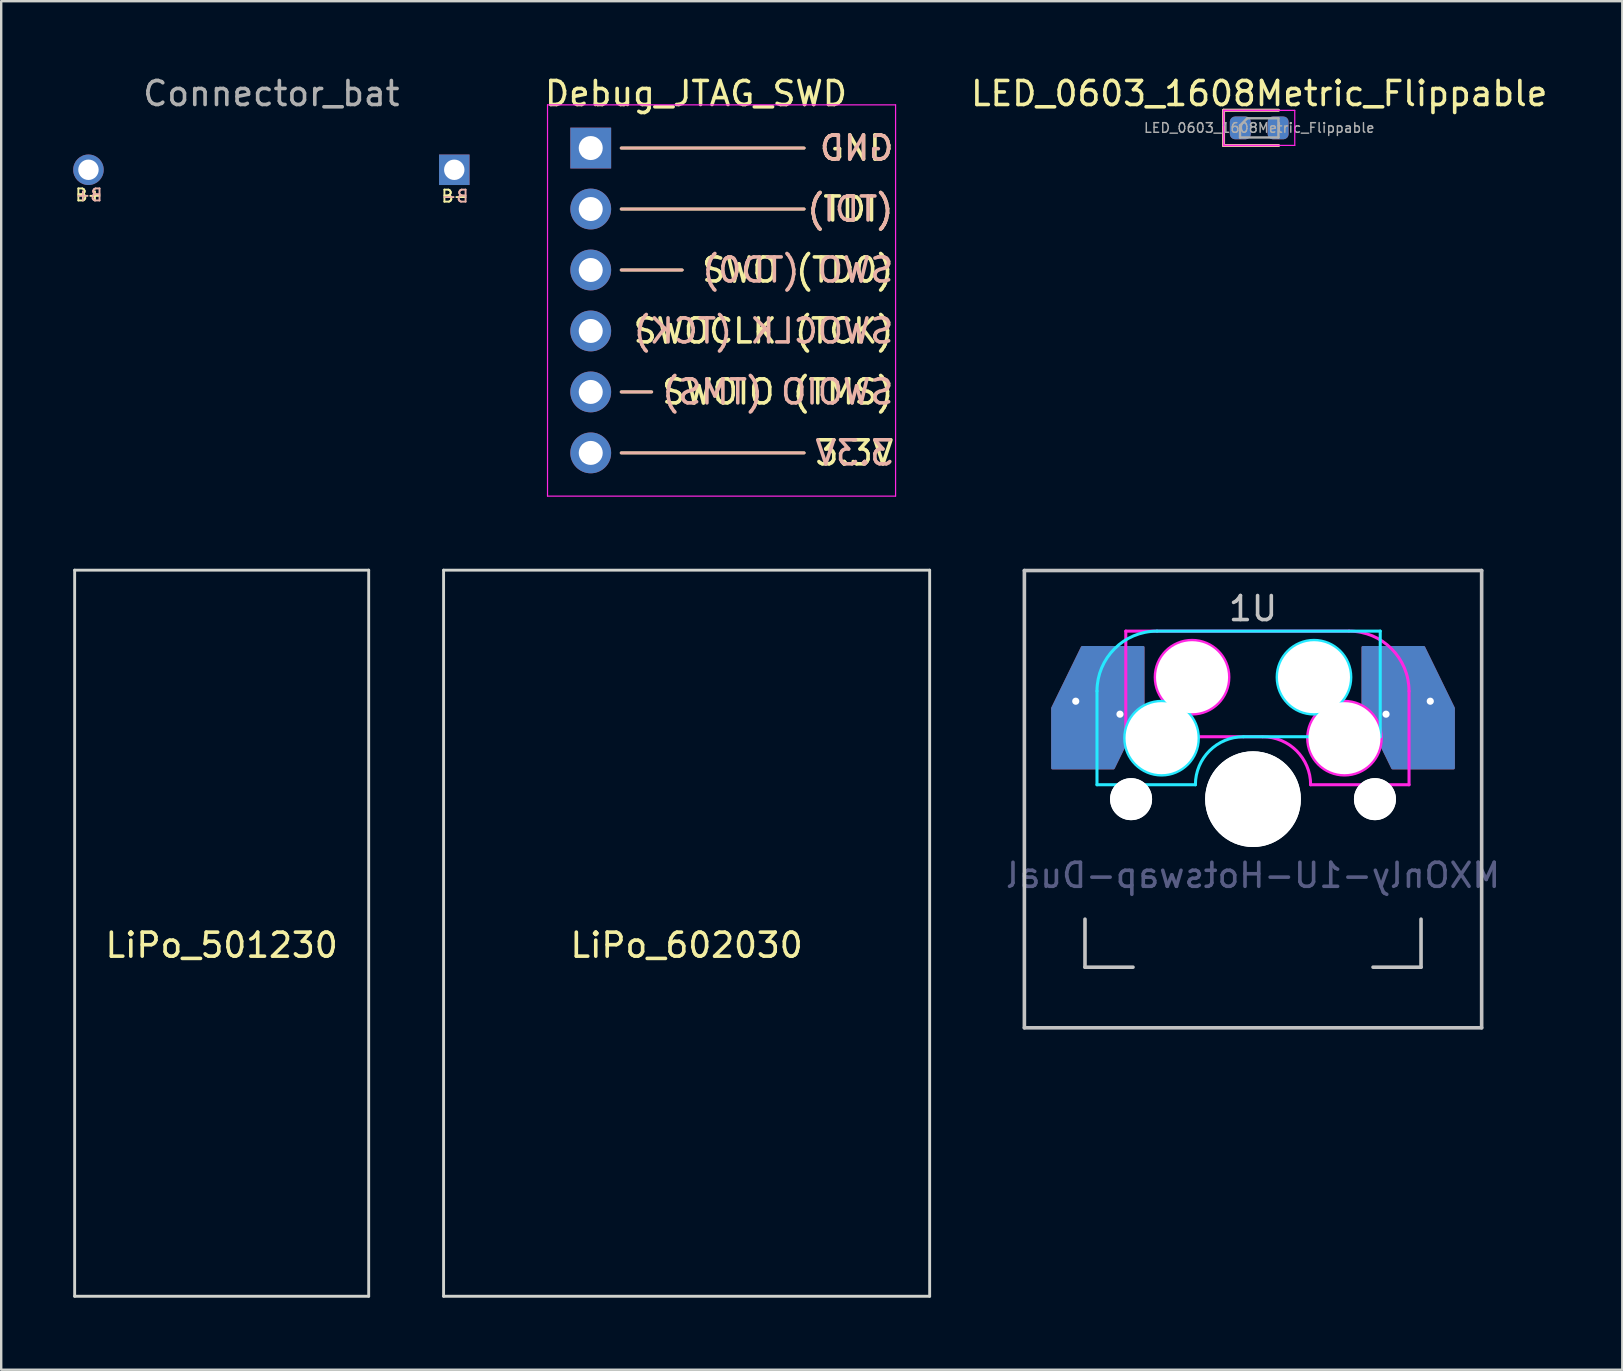
<source format=kicad_pcb>
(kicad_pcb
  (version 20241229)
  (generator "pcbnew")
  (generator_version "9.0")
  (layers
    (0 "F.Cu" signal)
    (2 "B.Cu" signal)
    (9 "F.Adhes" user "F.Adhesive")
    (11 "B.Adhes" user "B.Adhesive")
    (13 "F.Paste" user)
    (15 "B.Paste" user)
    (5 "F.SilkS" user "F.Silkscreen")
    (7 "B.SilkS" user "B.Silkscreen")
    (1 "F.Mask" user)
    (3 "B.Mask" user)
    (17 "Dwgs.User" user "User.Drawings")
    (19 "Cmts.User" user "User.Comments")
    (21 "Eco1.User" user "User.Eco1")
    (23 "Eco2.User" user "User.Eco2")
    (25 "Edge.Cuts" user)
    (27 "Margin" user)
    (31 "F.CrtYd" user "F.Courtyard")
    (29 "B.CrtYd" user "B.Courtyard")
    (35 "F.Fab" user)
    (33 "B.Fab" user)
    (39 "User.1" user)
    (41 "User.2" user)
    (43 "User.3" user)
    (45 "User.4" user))
  (footprint "LiPo_602030"
    (layer "F.Cu")
    (at 25.555 35.828)
    (property "Reference" "LiPo_602030" (at 0 0.5 0) (layer "F.SilkS") (effects (font (size 1 1) (thickness 0.15))))
    (attr through_hole)
    (fp_line (start -10.125 -15.125) (end -10.125 15.125) (stroke (width 0.12) (type solid)) (layer "Edge.Cuts"))
    (fp_line (start -10.125 15.125) (end 10.125 15.125) (stroke (width 0.12) (type solid)) (layer "Edge.Cuts"))
    (fp_line (start 10.125 -15.125) (end -10.125 -15.125) (stroke (width 0.12) (type solid)) (layer "Edge.Cuts"))
    (fp_line (start 10.125 15.125) (end 10.125 -15.125) (stroke (width 0.12) (type solid)) (layer "Edge.Cuts")))
  (footprint "LED_0603_1608Metric_Flippable"
    (layer "F.Cu")
    (at 49.41 2.278)
    (property "Reference" "LED_0603_1608Metric_Flippable" (at 0 -1.43 0) (layer "F.SilkS") (effects (font (size 1 1) (thickness 0.15))))
    (attr smd)
    (fp_line (start -1.485 -0.735) (end -1.485 0.735) (stroke (width 0.12) (type solid)) (layer "F.SilkS"))
    (fp_line (start -1.485 0.735) (end 0.8 0.735) (stroke (width 0.12) (type solid)) (layer "F.SilkS"))
    (fp_line (start 0.8 -0.735) (end -1.485 -0.735) (stroke (width 0.12) (type solid)) (layer "F.SilkS"))
    (fp_line (start -1.485 -0.735) (end 0.8 -0.735) (stroke (width 0.12) (type solid)) (layer "B.SilkS"))
    (fp_line (start -1.485 0.735) (end -1.485 -0.735) (stroke (width 0.12) (type solid)) (layer "B.SilkS"))
    (fp_line (start 0.8 0.735) (end -1.485 0.735) (stroke (width 0.12) (type solid)) (layer "B.SilkS"))
    (fp_line (start -1.48 -0.73) (end 1.48 -0.73) (stroke (width 0.05) (type solid)) (layer "F.CrtYd"))
    (fp_line (start -1.48 0.73) (end -1.48 -0.73) (stroke (width 0.05) (type solid)) (layer "F.CrtYd"))
    (fp_line (start 1.48 -0.73) (end 1.48 0.73) (stroke (width 0.05) (type solid)) (layer "F.CrtYd"))
    (fp_line (start 1.48 0.73) (end -1.48 0.73) (stroke (width 0.05) (type solid)) (layer "F.CrtYd"))
    (fp_line (start -0.8 -0.1) (end -0.8 0.4) (stroke (width 0.1) (type solid)) (layer "F.Fab"))
    (fp_line (start -0.8 0.4) (end 0.8 0.4) (stroke (width 0.1) (type solid)) (layer "F.Fab"))
    (fp_line (start -0.5 -0.4) (end -0.8 -0.1) (stroke (width 0.1) (type solid)) (layer "F.Fab"))
    (fp_line (start 0.8 -0.4) (end -0.5 -0.4) (stroke (width 0.1) (type solid)) (layer "F.Fab"))
    (fp_line (start 0.8 0.4) (end 0.8 -0.4) (stroke (width 0.1) (type solid)) (layer "F.Fab"))
    (fp_text user "${REFERENCE}" (at 0 0 0) (layer "F.Fab") (effects (font (size 0.4 0.4) (thickness 0.06))))
    (pad "1" smd roundrect (at -0.787 0) (size 0.875 0.95) (layers "F.Cu" "F.Mask" "F.Paste") (roundrect_rratio 0.25))
    (pad "1" smd roundrect (at -0.787 0) (size 0.875 0.95) (layers "B.Cu" "B.Mask" "B.Paste") (roundrect_rratio 0.25))
    (pad "2" smd roundrect (at 0.787 0) (size 0.875 0.95) (layers "F.Cu" "F.Mask" "F.Paste") (roundrect_rratio 0.25))
    (pad "2" smd roundrect (at 0.787 0) (size 0.875 0.95) (layers "B.Cu" "B.Mask" "B.Paste") (roundrect_rratio 0.25)))
  (footprint "MXOnly-1U-Hotswap-Dual"
    (layer "F.Cu")
    (at 49.151 30.243)
    (property "Reference" "MXOnly-1U-Hotswap-Dual" (at 0 3.175 0) (layer "B.Fab") (effects (font (size 1 1) (thickness 0.15)) (justify mirror)))
    (attr smd)
    (fp_line (start -9.525 -9.525) (end 9.525 -9.525) (stroke (width 0.15) (type solid)) (layer "Dwgs.User"))
    (fp_line (start -9.525 9.525) (end -9.525 -9.525) (stroke (width 0.15) (type solid)) (layer "Dwgs.User"))
    (fp_line (start -7 5) (end -7 7) (stroke (width 0.15) (type solid)) (layer "Dwgs.User"))
    (fp_line (start -7 7) (end -5 7) (stroke (width 0.15) (type solid)) (layer "Dwgs.User"))
    (fp_line (start 5 7) (end 7 7) (stroke (width 0.15) (type solid)) (layer "Dwgs.User"))
    (fp_line (start 7 7) (end 7 5) (stroke (width 0.15) (type solid)) (layer "Dwgs.User"))
    (fp_line (start 9.525 -9.525) (end 9.525 9.525) (stroke (width 0.15) (type solid)) (layer "Dwgs.User"))
    (fp_line (start 9.525 9.525) (end -9.525 9.525) (stroke (width 0.15) (type solid)) (layer "Dwgs.User"))
    (fp_line (start -6.5 -4.5) (end -6.5 -0.6) (stroke (width 0.127) (type solid)) (layer "B.CrtYd"))
    (fp_line (start -6.5 -0.6) (end -2.4 -0.6) (stroke (width 0.127) (type solid)) (layer "B.CrtYd"))
    (fp_line (start -0.4 -2.6) (end 5.3 -2.6) (stroke (width 0.127) (type solid)) (layer "B.CrtYd"))
    (fp_line (start 5.3 -7) (end -4 -7) (stroke (width 0.127) (type solid)) (layer "B.CrtYd"))
    (fp_line (start 5.3 -7) (end 5.3 -2.6) (stroke (width 0.127) (type solid)) (layer "B.CrtYd"))
    (fp_arc (start -6.5 -4.5) (mid -5.767767 -6.267767) (end -4 -7) (stroke (width 0.127) (type solid)) (layer "B.CrtYd"))
    (fp_arc (start -2.4 -0.6) (mid -1.814214 -2.014214) (end -0.4 -2.6) (stroke (width 0.127) (type solid)) (layer "B.CrtYd"))
    (fp_circle (center -3.81 -2.54) (end -3.81 -4.064) (stroke (width 0.15) (type solid)) (fill no) (layer "B.CrtYd"))
    (fp_circle (center 2.54 -5.08) (end 2.54 -6.604) (stroke (width 0.15) (type solid)) (fill no) (layer "B.CrtYd"))
    (fp_line (start -5.3 -7) (end -5.3 -2.6) (stroke (width 0.127) (type solid)) (layer "F.CrtYd"))
    (fp_line (start -5.3 -7) (end 4 -7) (stroke (width 0.127) (type solid)) (layer "F.CrtYd"))
    (fp_line (start 0.4 -2.6) (end -5.3 -2.6) (stroke (width 0.127) (type solid)) (layer "F.CrtYd"))
    (fp_line (start 6.5 -4.5) (end 6.5 -0.6) (stroke (width 0.127) (type solid)) (layer "F.CrtYd"))
    (fp_line (start 6.5 -0.6) (end 2.4 -0.6) (stroke (width 0.127) (type solid)) (layer "F.CrtYd"))
    (fp_arc (start 0.4 -2.6) (mid 1.814214 -2.014214) (end 2.4 -0.6) (stroke (width 0.127) (type solid)) (layer "F.CrtYd"))
    (fp_arc (start 4 -7) (mid 5.767767 -6.267767) (end 6.5 -4.5) (stroke (width 0.127) (type solid)) (layer "F.CrtYd"))
    (fp_circle (center -2.54 -5.08) (end -2.54 -6.604) (stroke (width 0.15) (type solid)) (fill no) (layer "F.CrtYd"))
    (fp_circle (center 3.81 -2.54) (end 3.81 -4.064) (stroke (width 0.15) (type solid)) (fill no) (layer "F.CrtYd"))
    (fp_text user "1U" (at 0 -7.938 180) (layer "Dwgs.User") (effects (font (size 1 1) (thickness 0.15))))
    (pad "" np_thru_hole circle (at -5.08 0 131.9) (size 1.75 1.75) (drill 1.75) (layers "*.Cu" "*.Mask"))
    (pad "" np_thru_hole circle (at -5.08 0 48.1) (size 1.75 1.75) (drill 1.75) (layers "*.Cu" "*.Mask"))
    (pad "" np_thru_hole circle (at -3.81 -2.54) (size 3 3) (drill 3) (layers "*.Cu" "*.Mask"))
    (pad "" np_thru_hole circle (at -2.54 -5.08 180) (size 3 3) (drill 3) (layers "*.Cu" "*.Mask"))
    (pad "" np_thru_hole circle (at 0 0) (size 3.988 3.988) (drill 3.988) (layers "*.Cu" "*.Mask"))
    (pad "" np_thru_hole circle (at 0 0 180) (size 3.988 3.988) (drill 3.988) (layers "*.Cu" "*.Mask"))
    (pad "" np_thru_hole circle (at 2.54 -5.08) (size 3 3) (drill 3) (layers "*.Cu" "*.Mask"))
    (pad "" np_thru_hole circle (at 3.81 -2.54 180) (size 3 3) (drill 3) (layers "*.Cu" "*.Mask"))
    (pad "" np_thru_hole circle (at 5.08 0 48.1) (size 1.75 1.75) (drill 1.75) (layers "*.Cu" "*.Mask"))
    (pad "" np_thru_hole circle (at 5.08 0 131.9) (size 1.75 1.75) (drill 1.75) (layers "*.Cu" "*.Mask"))
    (pad "1" thru_hole circle (at -7.385 -4.08) (size 0.5 0.5) (drill 0.3) (layers "*.Cu" "*.Mask"))
    (pad "1" smd rect (at -7.085 -2.54) (size 2.55 2.5) (layers "B.Cu" "B.Mask" "B.Paste"))
    (pad "1" smd custom (at -7.085 -2.54) (size 2.55 2.5) (layers "F.Cu") (options (anchor rect)) (primitives (gr_poly (pts (xy 2.515 -1.29) (xy 1.275 1.25) (xy -1.275 1.25) (xy -1.275 -1.25) (xy -0.035 -3.79) (xy 2.515 -3.79)) (width 0.1) (fill yes))))
    (pad "1" smd rect (at -5.842 -5.08 180) (size 2.55 2.5) (layers "F.Cu" "F.Mask" "F.Paste"))
    (pad "1" smd custom (at -5.842 -5.08) (size 2.55 2.5) (layers "B.Cu") (options (anchor rect)) (primitives (gr_poly (pts (xy 1.272 1.25) (xy 0.032 3.79) (xy -2.518 3.79) (xy -2.518 1.29) (xy -1.278 -1.25) (xy 1.272 -1.25)) (width 0.1) (fill yes))))
    (pad "1" thru_hole circle (at -5.542 -3.54) (size 0.5 0.5) (drill 0.3) (layers "*.Cu" "*.Mask"))
    (pad "2" thru_hole circle (at 5.542 -3.54 180) (size 0.5 0.5) (drill 0.3) (layers "*.Cu" "*.Mask"))
    (pad "2" smd rect (at 5.842 -5.08) (size 2.55 2.5) (layers "B.Cu" "B.Mask" "B.Paste"))
    (pad "2" smd custom (at 5.842 -5.08) (size 2.55 2.5) (layers "F.Cu") (options (anchor rect)) (primitives (gr_poly (pts (xy -1.272 1.25) (xy -0.032 3.79) (xy 2.518 3.79) (xy 2.518 1.29) (xy 1.278 -1.25) (xy -1.272 -1.25)) (width 0.1) (fill yes))))
    (pad "2" smd rect (at 7.085 -2.54 180) (size 2.55 2.5) (layers "F.Cu" "F.Mask" "F.Paste"))
    (pad "2" smd custom (at 7.085 -2.54) (size 2.55 2.5) (layers "B.Cu") (options (anchor rect)) (primitives (gr_poly (pts (xy -2.515 -1.29) (xy -1.275 1.25) (xy 1.275 1.25) (xy 1.275 -1.25) (xy 0.035 -3.79) (xy -2.515 -3.79)) (width 0.1) (fill yes))))
    (pad "2" thru_hole circle (at 7.385 -4.08 180) (size 0.5 0.5) (drill 0.3) (layers "*.Cu" "*.Mask")))
  (footprint "Debug_JTAG_SWD"
    (layer "F.Cu")
    (at 21.56 9.468)
    (property "Reference" "Debug_JTAG_SWD" (at 4.385 -8.62 180) (layer "F.SilkS") (effects (font (size 1 1) (thickness 0.15))))
    (attr through_hole)
    (fp_line (start 2.54 3.81) (end 1.27 3.81) (stroke (width 0.12) (type solid)) (layer "F.SilkS"))
    (fp_line (start 3.81 -1.27) (end 1.27 -1.27) (stroke (width 0.12) (type solid)) (layer "F.SilkS"))
    (fp_line (start 8.89 -6.35) (end 1.27 -6.35) (stroke (width 0.12) (type solid)) (layer "F.SilkS"))
    (fp_line (start 8.89 -3.81) (end 1.27 -3.81) (stroke (width 0.12) (type solid)) (layer "F.SilkS"))
    (fp_line (start 8.89 6.35) (end 1.27 6.35) (stroke (width 0.12) (type solid)) (layer "F.SilkS"))
    (fp_line (start 2.54 3.81) (end 1.27 3.81) (stroke (width 0.12) (type solid)) (layer "B.SilkS"))
    (fp_line (start 3.81 -1.27) (end 1.27 -1.27) (stroke (width 0.12) (type solid)) (layer "B.SilkS"))
    (fp_line (start 8.89 -6.35) (end 1.27 -6.35) (stroke (width 0.12) (type solid)) (layer "B.SilkS"))
    (fp_line (start 8.89 -3.81) (end 1.27 -3.81) (stroke (width 0.12) (type solid)) (layer "B.SilkS"))
    (fp_line (start 8.89 6.35) (end 1.27 6.35) (stroke (width 0.12) (type solid)) (layer "B.SilkS"))
    (fp_line (start -1.8 -8.15) (end -1.8 8.15) (stroke (width 0.05) (type solid)) (layer "F.CrtYd"))
    (fp_line (start -1.8 8.15) (end 12.7 8.15) (stroke (width 0.05) (type solid)) (layer "F.CrtYd"))
    (fp_line (start 12.7 -8.15) (end -1.8 -8.15) (stroke (width 0.05) (type solid)) (layer "F.CrtYd"))
    (fp_line (start 12.7 8.15) (end 12.7 -8.15) (stroke (width 0.05) (type solid)) (layer "F.CrtYd"))
    (fp_line (start -0.32 -6.67) (end -0.32 -6.03) (stroke (width 0.1) (type solid)) (layer "F.Fab"))
    (fp_line (start -0.32 -4.13) (end -0.32 -3.49) (stroke (width 0.1) (type solid)) (layer "F.Fab"))
    (fp_line (start -0.32 -1.59) (end -0.32 -0.95) (stroke (width 0.1) (type solid)) (layer "F.Fab"))
    (fp_line (start -0.32 0.95) (end -0.32 1.59) (stroke (width 0.1) (type solid)) (layer "F.Fab"))
    (fp_line (start -0.32 3.49) (end -0.32 4.13) (stroke (width 0.1) (type solid)) (layer "F.Fab"))
    (fp_line (start -0.32 6.03) (end -0.32 6.67) (stroke (width 0.1) (type solid)) (layer "F.Fab"))
    (fp_text user "(TDI)" (at 12.7 -3.81 0) (layer "F.SilkS") (effects (font (size 1 1) (thickness 0.15)) (justify right)))
    (fp_text user "GND" (at 12.7 -6.35 0) (layer "F.SilkS") (effects (font (size 1 1) (thickness 0.15)) (justify right)))
    (fp_text user "SWOIO (TMS)" (at 12.7 3.81 0) (layer "F.SilkS") (effects (font (size 1 1) (thickness 0.15)) (justify right)))
    (fp_text user "SWO (TD0)" (at 12.7 -1.27 0) (layer "F.SilkS") (effects (font (size 1 1) (thickness 0.15)) (justify right)))
    (fp_text user "3.3V" (at 12.7 6.35 0) (layer "F.SilkS") (effects (font (size 1 1) (thickness 0.15)) (justify right)))
    (fp_text user "SWOCLK (TCK)" (at 12.7 1.27 0) (layer "F.SilkS") (effects (font (size 1 1) (thickness 0.15)) (justify right)))
    (fp_text user "SWOIO (TMS)" (at 12.7 3.81 0) (layer "B.SilkS") (effects (font (size 1 1) (thickness 0.15)) (justify left mirror)))
    (fp_text user "SWOCLK (TCK)" (at 12.7 1.27 0) (layer "B.SilkS") (effects (font (size 1 1) (thickness 0.15)) (justify left mirror)))
    (fp_text user "(TDI)" (at 12.7 -3.81 0) (layer "B.SilkS") (effects (font (size 1 1) (thickness 0.15)) (justify left mirror)))
    (fp_text user "GND" (at 12.7 -6.35 0) (layer "B.SilkS") (effects (font (size 1 1) (thickness 0.15)) (justify left mirror)))
    (fp_text user "3.3V" (at 12.7 6.35 0) (layer "B.SilkS") (effects (font (size 1 1) (thickness 0.15)) (justify left mirror)))
    (fp_text user "SWO (TD0)" (at 12.7 -1.27 0) (layer "B.SilkS") (effects (font (size 1 1) (thickness 0.15)) (justify left mirror)))
    (pad "1" thru_hole rect (at 0 -6.35) (size 1.7 1.7) (drill 1) (layers "*.Cu" "*.Mask"))
    (pad "2" thru_hole oval (at 0 -3.81) (size 1.7 1.7) (drill 1) (layers "*.Cu" "*.Mask"))
    (pad "3" thru_hole oval (at 0 -1.27) (size 1.7 1.7) (drill 1) (layers "*.Cu" "*.Mask"))
    (pad "4" thru_hole oval (at 0 1.27) (size 1.7 1.7) (drill 1) (layers "*.Cu" "*.Mask"))
    (pad "5" thru_hole oval (at 0 3.81) (size 1.7 1.7) (drill 1) (layers "*.Cu" "*.Mask"))
    (pad "6" thru_hole oval (at 0 6.35) (size 1.7 1.7) (drill 1) (layers "*.Cu" "*.Mask")))
  (footprint "Connector_bat"
    (layer "F.Cu")
    (at 8.255 4.023)
    (property "Reference" "Connector_bat" (at 0 -3.175 0) (layer "F.Fab") (effects (font (size 1 1) (thickness 0.15))))
    (attr through_hole)
    (fp_text user "B-" (at 7.65 1.1 180) (layer "F.SilkS") (effects (font (size 0.5 0.5) (thickness 0.08))))
    (fp_text user "B+" (at -7.6 1.05 0) (layer "F.SilkS") (effects (font (size 0.5 0.5) (thickness 0.08))))
    (fp_text user "B-" (at 7.65 1.1 180) (layer "B.SilkS") (effects (font (size 0.5 0.5) (thickness 0.08)) (justify mirror)))
    (fp_text user "B+" (at -7.6 1.05 0) (layer "B.SilkS") (effects (font (size 0.5 0.5) (thickness 0.08)) (justify mirror)))
    (pad "1" thru_hole rect (at 7.62 0) (size 1.27 1.27) (drill 0.85) (layers "*.Cu" "*.Mask"))
    (pad "2" thru_hole circle (at -7.62 0 90) (size 1.27 1.27) (drill 0.85) (layers "*.Cu" "*.Mask")))
  (footprint "LiPo_501230"
    (layer "F.Cu")
    (at 6.185 35.828)
    (property "Reference" "LiPo_501230" (at 0 0.5 0) (layer "F.SilkS") (effects (font (size 1 1) (thickness 0.15))))
    (attr through_hole)
    (fp_line (start -6.125 -15.125) (end -6.125 15.125) (stroke (width 0.12) (type solid)) (layer "Edge.Cuts"))
    (fp_line (start -6.125 15.125) (end 6.125 15.125) (stroke (width 0.12) (type solid)) (layer "Edge.Cuts"))
    (fp_line (start 6.125 -15.125) (end -6.125 -15.125) (stroke (width 0.12) (type solid)) (layer "Edge.Cuts"))
    (fp_line (start 6.125 15.125) (end 6.125 -15.125) (stroke (width 0.12) (type solid)) (layer "Edge.Cuts")))
  (gr_rect
    (start -3 -3)
    (end 64.535 54.013)
    (stroke (width 0.1) (type default))
    (fill no)
    (layer "Edge.Cuts")))
</source>
